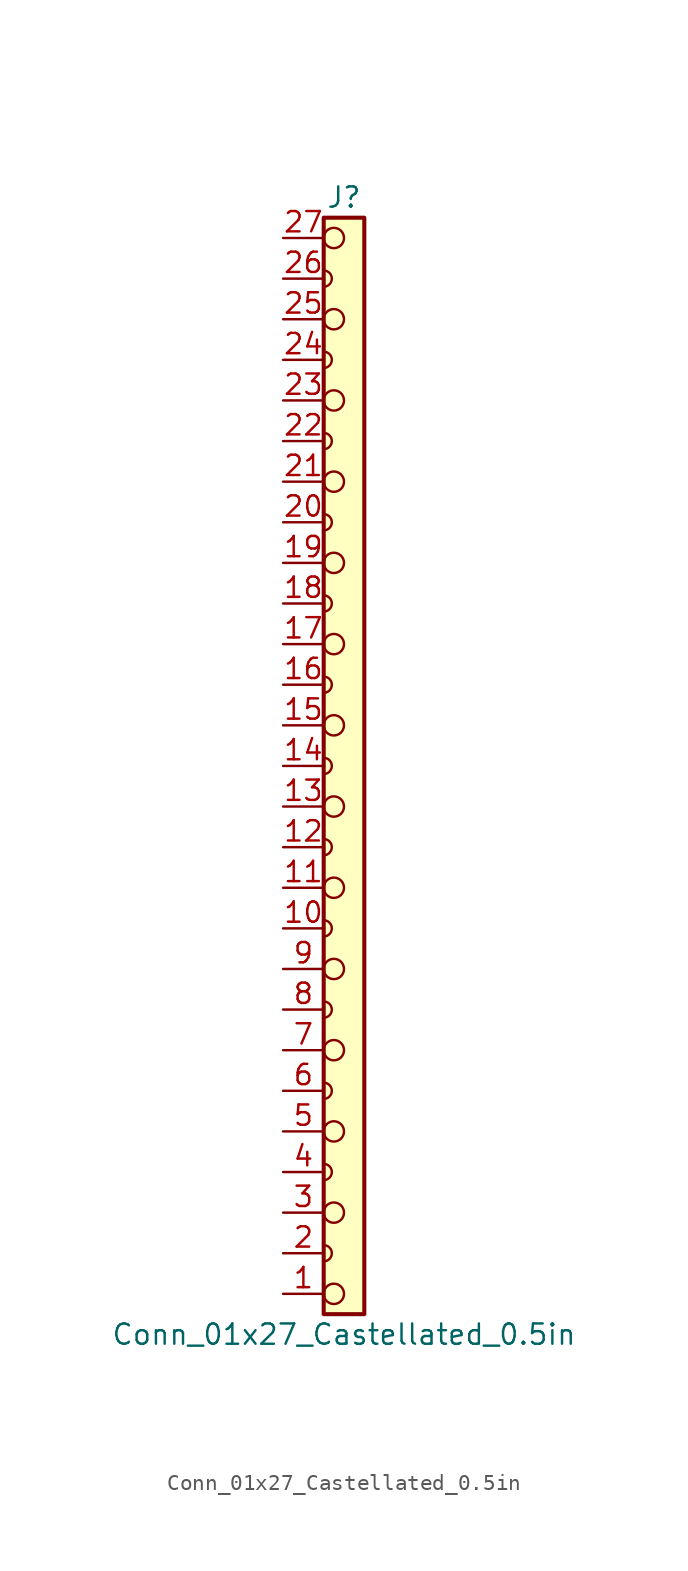
<source format=kicad_sym>
(kicad_symbol_lib
  (version 20231120)
  (generator "kicad_symbol_editor")
  (generator_version "8.0")
  (symbol "Conn_01x27_Castellated_0.5in"
    (pin_names
      (offset 1.016) hide)
    (property "Reference" "J"
      (at 0 35.56 0)
      (effects (font (size 1.27 1.27))))
    (property "Value" "Conn_01x27_Castellated_0.5in"
      (at 0 -35.56 0)
      (effects (font (size 1.27 1.27))))
    (symbol "Conn_01x27_Castellated_0.5in_0_1"
      (arc (start -1.27 -30.988) (mid -0.762 -30.48) (end -1.27 -29.972) (stroke (width 0) (type default)) (fill (type none)))
      (arc (start -1.27 -25.908) (mid -0.762 -25.4) (end -1.27 -24.892) (stroke (width 0) (type default)) (fill (type none)))
      (arc (start -1.27 -20.828) (mid -0.762 -20.32) (end -1.27 -19.812) (stroke (width 0) (type default)) (fill (type none)))
      (arc (start -1.27 -15.748) (mid -0.762 -15.24) (end -1.27 -14.732) (stroke (width 0) (type default)) (fill (type none)))
      (arc (start -1.27 -10.668) (mid -0.762 -10.16) (end -1.27 -9.652) (stroke (width 0) (type default)) (fill (type none)))
      (arc (start -1.27 -5.588) (mid -0.762 -5.08) (end -1.27 -4.572) (stroke (width 0) (type default)) (fill (type none)))
      (arc (start -1.27 -0.508) (mid -0.762 0) (end -1.27 0.508) (stroke (width 0) (type default)) (fill (type none)))
      (arc (start -1.27 4.572) (mid -0.762 5.08) (end -1.27 5.588) (stroke (width 0) (type default)) (fill (type none)))
      (arc (start -1.27 9.652) (mid -0.762 10.16) (end -1.27 10.668) (stroke (width 0) (type default)) (fill (type none)))
      (arc (start -1.27 14.732) (mid -0.762 15.24) (end -1.27 15.748) (stroke (width 0) (type default)) (fill (type none)))
      (arc (start -1.27 19.812) (mid -0.762 20.32) (end -1.27 20.828) (stroke (width 0) (type default)) (fill (type none)))
      (arc (start -1.27 24.892) (mid -0.762 25.4) (end -1.27 25.908) (stroke (width 0) (type default)) (fill (type none)))
      (arc (start -1.27 29.972) (mid -0.762 30.48) (end -1.27 30.988) (stroke (width 0) (type default)) (fill (type none)))
      (circle (center -0.635 -33.02) (radius 0.635) (stroke (width 0) (type default)) (fill (type none)))
      (circle (center -0.635 -27.94) (radius 0.635) (stroke (width 0) (type default)) (fill (type none)))
      (circle (center -0.635 -22.86) (radius 0.635) (stroke (width 0) (type default)) (fill (type none)))
      (circle (center -0.635 -17.78) (radius 0.635) (stroke (width 0) (type default)) (fill (type none)))
      (circle (center -0.635 -12.7) (radius 0.635) (stroke (width 0) (type default)) (fill (type none)))
      (circle (center -0.635 -7.62) (radius 0.635) (stroke (width 0) (type default)) (fill (type none)))
      (circle (center -0.635 -2.54) (radius 0.635) (stroke (width 0) (type default)) (fill (type none)))
      (circle (center -0.635 2.54) (radius 0.635) (stroke (width 0) (type default)) (fill (type none)))
      (circle (center -0.635 7.62) (radius 0.635) (stroke (width 0) (type default)) (fill (type none)))
      (circle (center -0.635 12.7) (radius 0.635) (stroke (width 0) (type default)) (fill (type none)))
      (circle (center -0.635 17.78) (radius 0.635) (stroke (width 0) (type default)) (fill (type none)))
      (circle (center -0.635 22.86) (radius 0.635) (stroke (width 0) (type default)) (fill (type none)))
      (circle (center -0.635 27.94) (radius 0.635) (stroke (width 0) (type default)) (fill (type none)))
      (circle (center -0.635 33.02) (radius 0.635) (stroke (width 0) (type default)) (fill (type none)))
      (polyline (pts (xy -1.27 -29.972) (xy -1.27 -30.988)) (stroke (width 0) (type default)) (fill (type none)))
      (polyline (pts (xy -1.27 -24.892) (xy -1.27 -25.908)) (stroke (width 0) (type default)) (fill (type none)))
      (polyline (pts (xy -1.27 -19.812) (xy -1.27 -20.828)) (stroke (width 0) (type default)) (fill (type none)))
      (polyline (pts (xy -1.27 -14.732) (xy -1.27 -15.748)) (stroke (width 0) (type default)) (fill (type none)))
      (polyline (pts (xy -1.27 -9.652) (xy -1.27 -10.668)) (stroke (width 0) (type default)) (fill (type none)))
      (polyline (pts (xy -1.27 -4.572) (xy -1.27 -5.588)) (stroke (width 0) (type default)) (fill (type none)))
      (polyline (pts (xy -1.27 0.508) (xy -1.27 -0.508)) (stroke (width 0) (type default)) (fill (type none)))
      (polyline (pts (xy -1.27 5.588) (xy -1.27 4.572)) (stroke (width 0) (type default)) (fill (type none)))
      (polyline (pts (xy -1.27 10.668) (xy -1.27 9.652)) (stroke (width 0) (type default)) (fill (type none)))
      (polyline (pts (xy -1.27 15.748) (xy -1.27 14.732)) (stroke (width 0) (type default)) (fill (type none)))
      (polyline (pts (xy -1.27 20.828) (xy -1.27 19.812)) (stroke (width 0) (type default)) (fill (type none)))
      (polyline (pts (xy -1.27 25.908) (xy -1.27 24.892)) (stroke (width 0) (type default)) (fill (type none)))
      (polyline (pts (xy -1.27 30.988) (xy -1.27 29.972)) (stroke (width 0) (type default)) (fill (type none))))
    (symbol "Conn_01x27_Castellated_0.5in_1_1"
      (rectangle (start -1.27 34.29) (end 1.27 -34.29) (stroke (width 0.254) (type default)) (fill (type background)))
      (pin passive line (at -3.81 -33.02 0) (length 2.54) (name "Pin_1" (effects (font (size 1.27 1.27)))) (number "1" (effects (font (size 1.27 1.27)))))
      (pin passive line (at -3.81 -10.16 0) (length 2.54) (name "Pin_10" (effects (font (size 1.27 1.27)))) (number "10" (effects (font (size 1.27 1.27)))))
      (pin passive line (at -3.81 -7.62 0) (length 2.54) (name "Pin_11" (effects (font (size 1.27 1.27)))) (number "11" (effects (font (size 1.27 1.27)))))
      (pin passive line (at -3.81 -5.08 0) (length 2.54) (name "Pin_12" (effects (font (size 1.27 1.27)))) (number "12" (effects (font (size 1.27 1.27)))))
      (pin passive line (at -3.81 -2.54 0) (length 2.54) (name "Pin_13" (effects (font (size 1.27 1.27)))) (number "13" (effects (font (size 1.27 1.27)))))
      (pin passive line (at -3.81 0 0) (length 2.54) (name "Pin_14" (effects (font (size 1.27 1.27)))) (number "14" (effects (font (size 1.27 1.27)))))
      (pin passive line (at -3.81 2.54 0) (length 2.54) (name "Pin_15" (effects (font (size 1.27 1.27)))) (number "15" (effects (font (size 1.27 1.27)))))
      (pin passive line (at -3.81 5.08 0) (length 2.54) (name "Pin_16" (effects (font (size 1.27 1.27)))) (number "16" (effects (font (size 1.27 1.27)))))
      (pin passive line (at -3.81 7.62 0) (length 2.54) (name "Pin_17" (effects (font (size 1.27 1.27)))) (number "17" (effects (font (size 1.27 1.27)))))
      (pin passive line (at -3.81 10.16 0) (length 2.54) (name "Pin_18" (effects (font (size 1.27 1.27)))) (number "18" (effects (font (size 1.27 1.27)))))
      (pin passive line (at -3.81 12.7 0) (length 2.54) (name "Pin_19" (effects (font (size 1.27 1.27)))) (number "19" (effects (font (size 1.27 1.27)))))
      (pin passive line (at -3.81 -30.48 0) (length 2.54) (name "Pin_2" (effects (font (size 1.27 1.27)))) (number "2" (effects (font (size 1.27 1.27)))))
      (pin passive line (at -3.81 15.24 0) (length 2.54) (name "Pin_20" (effects (font (size 1.27 1.27)))) (number "20" (effects (font (size 1.27 1.27)))))
      (pin passive line (at -3.81 17.78 0) (length 2.54) (name "Pin_21" (effects (font (size 1.27 1.27)))) (number "21" (effects (font (size 1.27 1.27)))))
      (pin passive line (at -3.81 20.32 0) (length 2.54) (name "Pin_22" (effects (font (size 1.27 1.27)))) (number "22" (effects (font (size 1.27 1.27)))))
      (pin passive line (at -3.81 22.86 0) (length 2.54) (name "Pin_23" (effects (font (size 1.27 1.27)))) (number "23" (effects (font (size 1.27 1.27)))))
      (pin passive line (at -3.81 25.4 0) (length 2.54) (name "Pin_24" (effects (font (size 1.27 1.27)))) (number "24" (effects (font (size 1.27 1.27)))))
      (pin passive line (at -3.81 27.94 0) (length 2.54) (name "Pin_25" (effects (font (size 1.27 1.27)))) (number "25" (effects (font (size 1.27 1.27)))))
      (pin passive line (at -3.81 30.48 0) (length 2.54) (name "Pin_26" (effects (font (size 1.27 1.27)))) (number "26" (effects (font (size 1.27 1.27)))))
      (pin passive line (at -3.81 33.02 0) (length 2.54) (name "Pin_27" (effects (font (size 1.27 1.27)))) (number "27" (effects (font (size 1.27 1.27)))))
      (pin passive line (at -3.81 -27.94 0) (length 2.54) (name "Pin_3" (effects (font (size 1.27 1.27)))) (number "3" (effects (font (size 1.27 1.27)))))
      (pin passive line (at -3.81 -25.4 0) (length 2.54) (name "Pin_4" (effects (font (size 1.27 1.27)))) (number "4" (effects (font (size 1.27 1.27)))))
      (pin passive line (at -3.81 -22.86 0) (length 2.54) (name "Pin_5" (effects (font (size 1.27 1.27)))) (number "5" (effects (font (size 1.27 1.27)))))
      (pin passive line (at -3.81 -20.32 0) (length 2.54) (name "Pin_6" (effects (font (size 1.27 1.27)))) (number "6" (effects (font (size 1.27 1.27)))))
      (pin passive line (at -3.81 -17.78 0) (length 2.54) (name "Pin_7" (effects (font (size 1.27 1.27)))) (number "7" (effects (font (size 1.27 1.27)))))
      (pin passive line (at -3.81 -15.24 0) (length 2.54) (name "Pin_8" (effects (font (size 1.27 1.27)))) (number "8" (effects (font (size 1.27 1.27)))))
      (pin passive line (at -3.81 -12.7 0) (length 2.54) (name "Pin_9" (effects (font (size 1.27 1.27)))) (number "9" (effects (font (size 1.27 1.27))))))))
</source>
